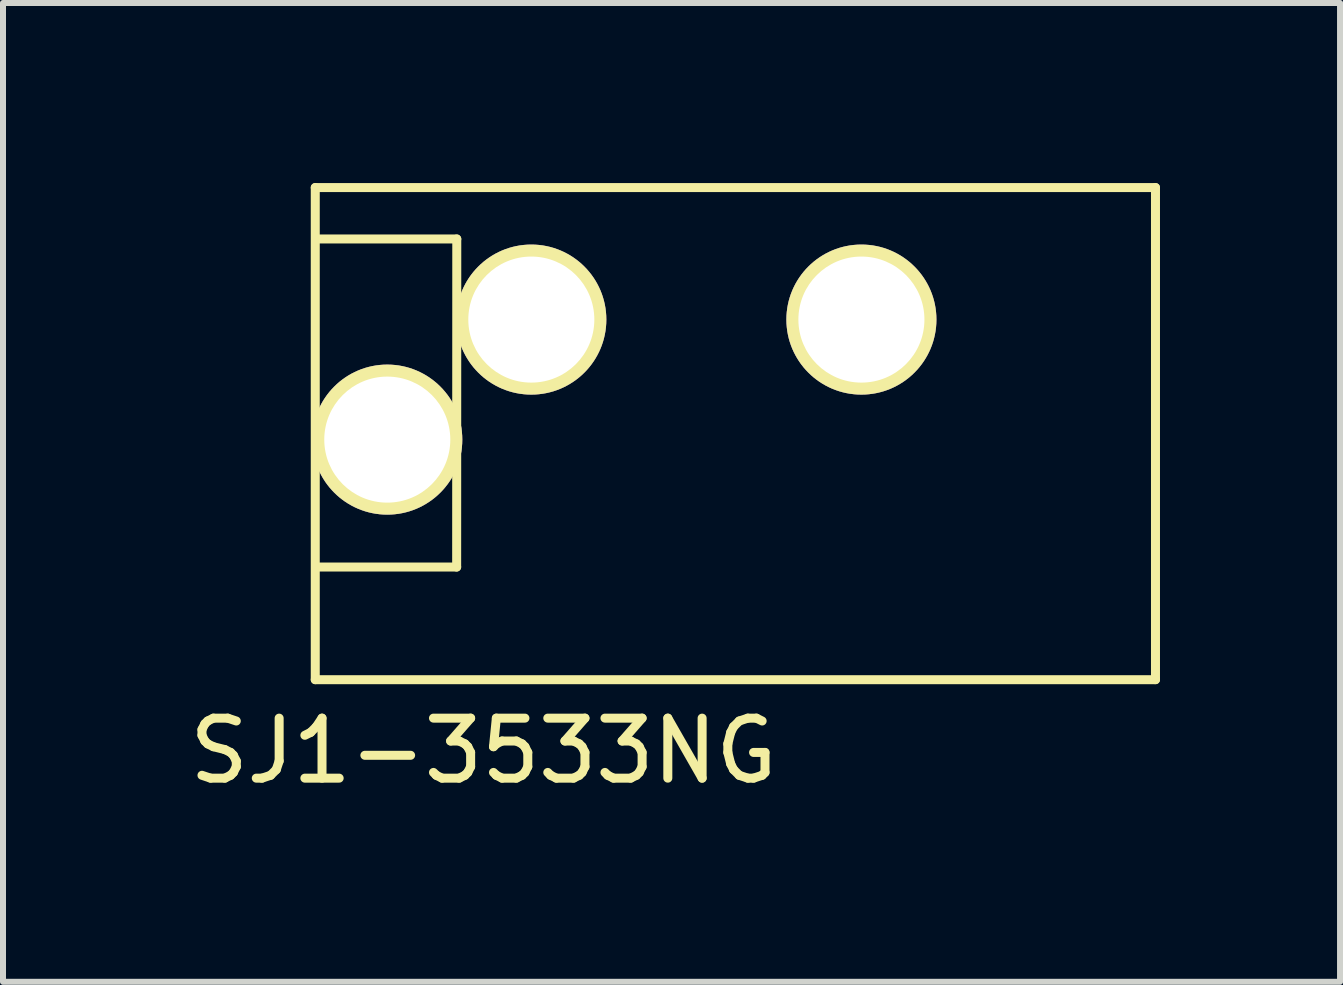
<source format=kicad_pcb>
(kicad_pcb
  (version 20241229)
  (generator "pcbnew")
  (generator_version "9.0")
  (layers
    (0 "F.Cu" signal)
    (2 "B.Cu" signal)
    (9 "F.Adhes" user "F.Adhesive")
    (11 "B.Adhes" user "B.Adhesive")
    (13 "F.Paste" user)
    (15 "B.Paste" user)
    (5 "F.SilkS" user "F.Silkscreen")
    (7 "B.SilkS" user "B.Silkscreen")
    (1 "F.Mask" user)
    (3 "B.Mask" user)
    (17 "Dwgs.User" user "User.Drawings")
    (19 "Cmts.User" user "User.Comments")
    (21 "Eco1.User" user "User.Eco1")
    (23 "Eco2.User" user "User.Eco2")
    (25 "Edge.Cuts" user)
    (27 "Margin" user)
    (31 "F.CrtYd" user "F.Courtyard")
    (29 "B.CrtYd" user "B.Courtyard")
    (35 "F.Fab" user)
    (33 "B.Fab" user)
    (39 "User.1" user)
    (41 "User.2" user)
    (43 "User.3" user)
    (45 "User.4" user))
  (footprint "SJ1-3533NG"
    (layer "F.Cu")
    (at 3.403 3.375)
    (property "Reference" "SJ1-3533NG" (at 1.603 6.086 0) (layer "F.SilkS") (effects (font (size 1 1) (thickness 0.15))))
    (attr through_hole)
    (fp_line (start -1.2 -3.3) (end -1.2 4.9) (stroke (width 0.15) (type solid)) (layer "F.SilkS"))
    (fp_line (start -1.2 4.9) (end 12.8 4.9) (stroke (width 0.15) (type solid)) (layer "F.SilkS"))
    (fp_line (start -1.168 3.023) (end 1.156 3.023) (stroke (width 0.15) (type solid)) (layer "F.SilkS"))
    (fp_line (start 1.156 3.023) (end 1.158 -2.443) (stroke (width 0.15) (type solid)) (layer "F.SilkS"))
    (fp_line (start 1.158 -2.443) (end -1.196 -2.443) (stroke (width 0.15) (type solid)) (layer "F.SilkS"))
    (fp_line (start 12.8 -3.3) (end -1.2 -3.3) (stroke (width 0.15) (type solid)) (layer "F.SilkS"))
    (fp_line (start 12.8 4.9) (end 12.8 -3.3) (stroke (width 0.15) (type solid)) (layer "F.SilkS"))
    (pad "1" thru_hole circle (at 0 0.9) (size 2.5 2.5) (drill 2.1) (layers "*.Cu" "*.Mask" "F.SilkS"))
    (pad "2" thru_hole circle (at 2.4 -1.1) (size 2.5 2.5) (drill 2.1) (layers "*.Cu" "*.Mask" "F.SilkS"))
    (pad "3" thru_hole circle (at 7.9 -1.1) (size 2.5 2.5) (drill 2.1) (layers "*.Cu" "*.Mask" "F.SilkS")))
  (gr_rect
    (start -3 -3)
    (end 19.278 13.309)
    (stroke (width 0.1) (type default))
    (fill no)
    (layer "Edge.Cuts")))
</source>
